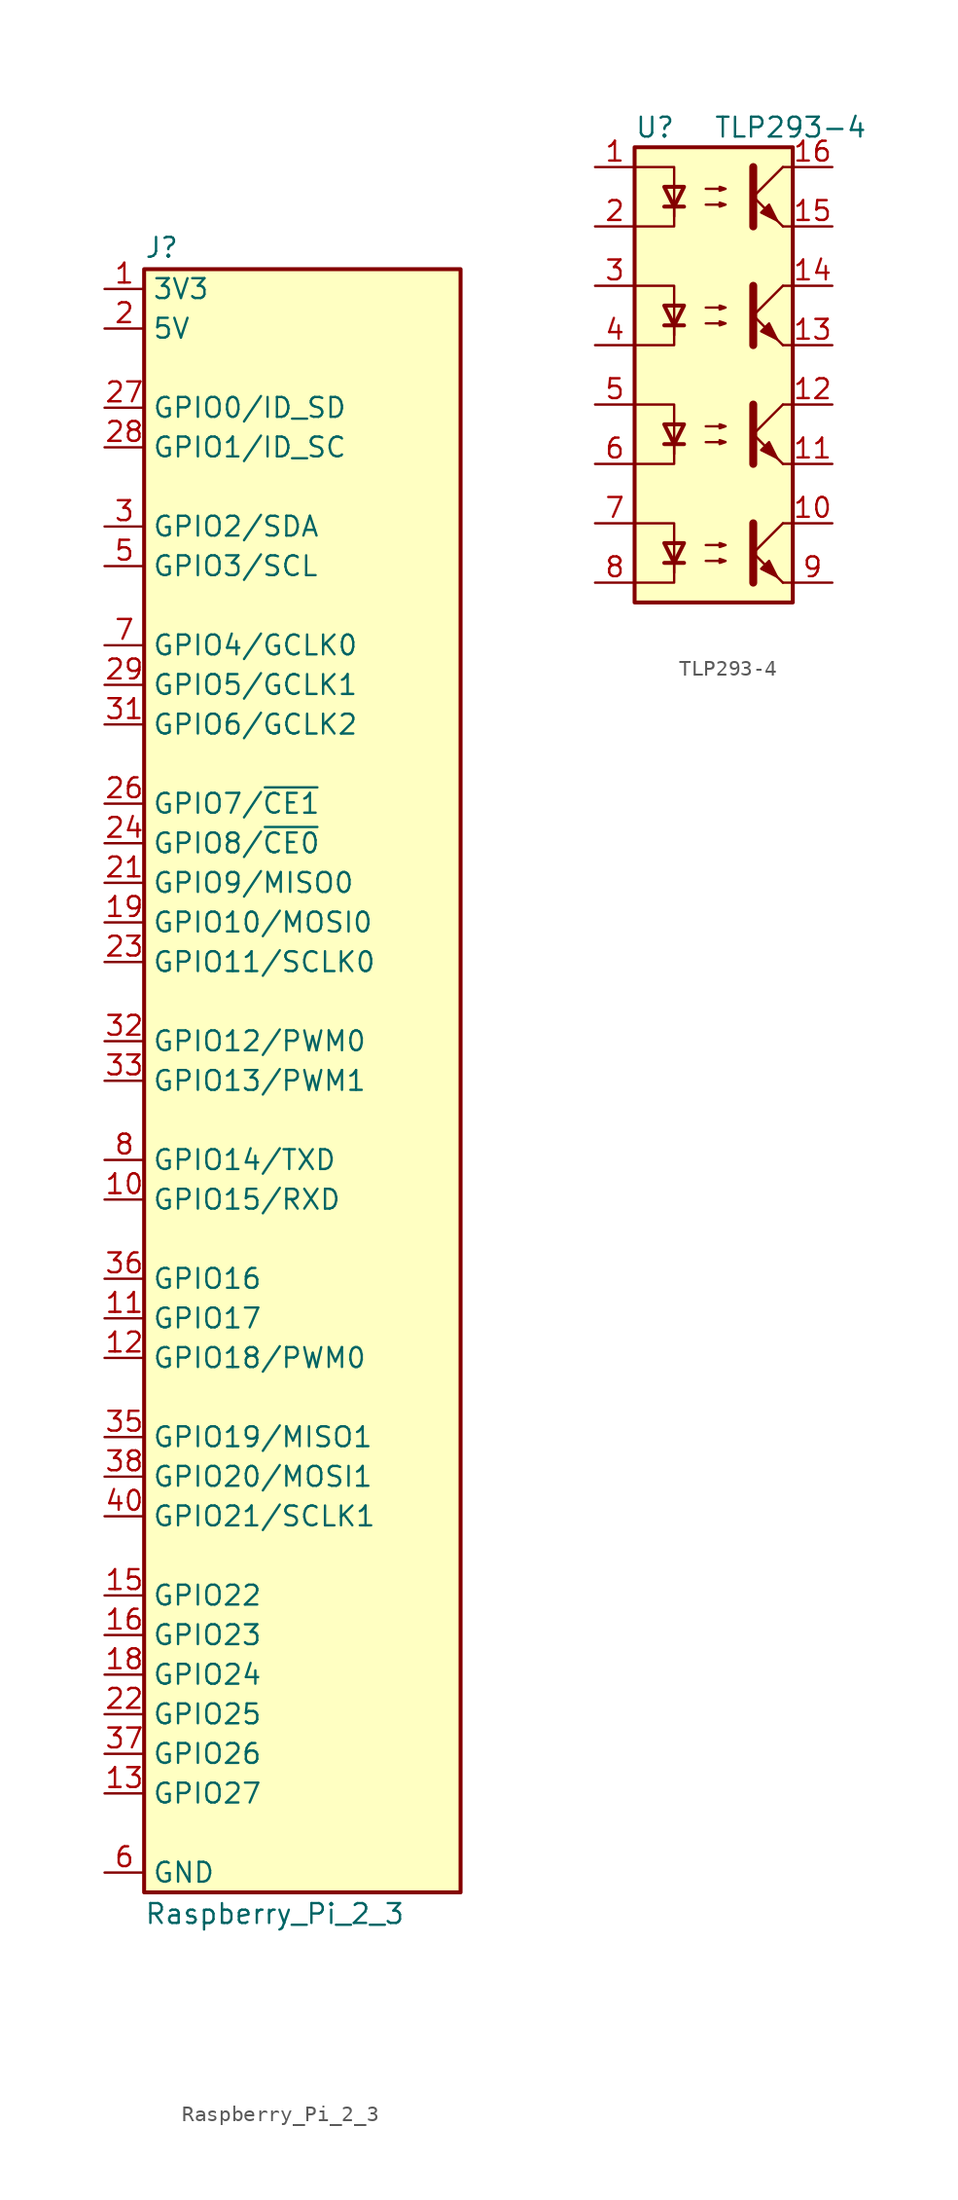
<source format=kicad_sym>
(kicad_symbol_lib
  (version 20241209)
  (generator "kicad_symbol_editor")
  (generator_version "9.0")
  (symbol "Raspberry_Pi_2_3"
    (property "Reference" "J"
      (at 12.7 52.705 0)
      (effects (font (size 1.27 1.27)) (justify left bottom)))
    (property "Value" "Raspberry_Pi_2_3"
      (at 12.7 -52.705 0)
      (effects (font (size 1.27 1.27)) (justify left top)))
    (symbol "Raspberry_Pi_2_3_0_1"
      (rectangle (start 12.7 52.07) (end 33.02 -52.07) (stroke (width 0.254) (type default)) (fill (type background))))
    (symbol "Raspberry_Pi_2_3_1_1"
      (pin power_out line (at 10.16 50.8 0) (length 2.54) (name "3V3" (effects (font (size 1.27 1.27)))) (number "1" (effects (font (size 1.27 1.27)))))
      (pin power_out line (at 10.16 50.8 0) (length 2.54) (hide yes) (name "3V3" (effects (font (size 1.27 1.27)))) (number "17" (effects (font (size 1.27 1.27)))))
      (pin power_out line (at 10.16 48.26 0) (length 2.54) (name "5V" (effects (font (size 1.27 1.27)))) (number "2" (effects (font (size 1.27 1.27)))))
      (pin power_out line (at 10.16 48.26 0) (length 2.54) (hide yes) (name "5V" (effects (font (size 1.27 1.27)))) (number "4" (effects (font (size 1.27 1.27)))))
      (pin bidirectional line (at 10.16 43.18 0) (length 2.54) (name "GPIO0/ID_SD" (effects (font (size 1.27 1.27)))) (number "27" (effects (font (size 1.27 1.27)))))
      (pin bidirectional line (at 10.16 40.64 0) (length 2.54) (name "GPIO1/ID_SC" (effects (font (size 1.27 1.27)))) (number "28" (effects (font (size 1.27 1.27)))))
      (pin bidirectional line (at 10.16 35.56 0) (length 2.54) (name "GPIO2/SDA" (effects (font (size 1.27 1.27)))) (number "3" (effects (font (size 1.27 1.27)))))
      (pin bidirectional line (at 10.16 33.02 0) (length 2.54) (name "GPIO3/SCL" (effects (font (size 1.27 1.27)))) (number "5" (effects (font (size 1.27 1.27)))))
      (pin bidirectional line (at 10.16 27.94 0) (length 2.54) (name "GPIO4/GCLK0" (effects (font (size 1.27 1.27)))) (number "7" (effects (font (size 1.27 1.27)))))
      (pin bidirectional line (at 10.16 25.4 0) (length 2.54) (name "GPIO5/GCLK1" (effects (font (size 1.27 1.27)))) (number "29" (effects (font (size 1.27 1.27)))))
      (pin bidirectional line (at 10.16 22.86 0) (length 2.54) (name "GPIO6/GCLK2" (effects (font (size 1.27 1.27)))) (number "31" (effects (font (size 1.27 1.27)))))
      (pin bidirectional line (at 10.16 17.78 0) (length 2.54) (name "GPIO7/~{CE1}" (effects (font (size 1.27 1.27)))) (number "26" (effects (font (size 1.27 1.27)))))
      (pin bidirectional line (at 10.16 15.24 0) (length 2.54) (name "GPIO8/~{CE0}" (effects (font (size 1.27 1.27)))) (number "24" (effects (font (size 1.27 1.27)))))
      (pin bidirectional line (at 10.16 12.7 0) (length 2.54) (name "GPIO9/MISO0" (effects (font (size 1.27 1.27)))) (number "21" (effects (font (size 1.27 1.27)))))
      (pin bidirectional line (at 10.16 10.16 0) (length 2.54) (name "GPIO10/MOSI0" (effects (font (size 1.27 1.27)))) (number "19" (effects (font (size 1.27 1.27)))))
      (pin bidirectional line (at 10.16 7.62 0) (length 2.54) (name "GPIO11/SCLK0" (effects (font (size 1.27 1.27)))) (number "23" (effects (font (size 1.27 1.27)))))
      (pin bidirectional line (at 10.16 2.54 0) (length 2.54) (name "GPIO12/PWM0" (effects (font (size 1.27 1.27)))) (number "32" (effects (font (size 1.27 1.27)))))
      (pin bidirectional line (at 10.16 0 0) (length 2.54) (name "GPIO13/PWM1" (effects (font (size 1.27 1.27)))) (number "33" (effects (font (size 1.27 1.27)))))
      (pin bidirectional line (at 10.16 -5.08 0) (length 2.54) (name "GPIO14/TXD" (effects (font (size 1.27 1.27)))) (number "8" (effects (font (size 1.27 1.27)))))
      (pin bidirectional line (at 10.16 -7.62 0) (length 2.54) (name "GPIO15/RXD" (effects (font (size 1.27 1.27)))) (number "10" (effects (font (size 1.27 1.27)))))
      (pin bidirectional line (at 10.16 -12.7 0) (length 2.54) (name "GPIO16" (effects (font (size 1.27 1.27)))) (number "36" (effects (font (size 1.27 1.27)))))
      (pin bidirectional line (at 10.16 -15.24 0) (length 2.54) (name "GPIO17" (effects (font (size 1.27 1.27)))) (number "11" (effects (font (size 1.27 1.27)))))
      (pin bidirectional line (at 10.16 -17.78 0) (length 2.54) (name "GPIO18/PWM0" (effects (font (size 1.27 1.27)))) (number "12" (effects (font (size 1.27 1.27)))))
      (pin bidirectional line (at 10.16 -22.86 0) (length 2.54) (name "GPIO19/MISO1" (effects (font (size 1.27 1.27)))) (number "35" (effects (font (size 1.27 1.27)))))
      (pin bidirectional line (at 10.16 -25.4 0) (length 2.54) (name "GPIO20/MOSI1" (effects (font (size 1.27 1.27)))) (number "38" (effects (font (size 1.27 1.27)))))
      (pin bidirectional line (at 10.16 -27.94 0) (length 2.54) (name "GPIO21/SCLK1" (effects (font (size 1.27 1.27)))) (number "40" (effects (font (size 1.27 1.27)))))
      (pin bidirectional line (at 10.16 -33.02 0) (length 2.54) (name "GPIO22" (effects (font (size 1.27 1.27)))) (number "15" (effects (font (size 1.27 1.27)))))
      (pin bidirectional line (at 10.16 -35.56 0) (length 2.54) (name "GPIO23" (effects (font (size 1.27 1.27)))) (number "16" (effects (font (size 1.27 1.27)))))
      (pin bidirectional line (at 10.16 -38.1 0) (length 2.54) (name "GPIO24" (effects (font (size 1.27 1.27)))) (number "18" (effects (font (size 1.27 1.27)))))
      (pin bidirectional line (at 10.16 -40.64 0) (length 2.54) (name "GPIO25" (effects (font (size 1.27 1.27)))) (number "22" (effects (font (size 1.27 1.27)))))
      (pin bidirectional line (at 10.16 -43.18 0) (length 2.54) (name "GPIO26" (effects (font (size 1.27 1.27)))) (number "37" (effects (font (size 1.27 1.27)))))
      (pin bidirectional line (at 10.16 -45.72 0) (length 2.54) (name "GPIO27" (effects (font (size 1.27 1.27)))) (number "13" (effects (font (size 1.27 1.27)))))
      (pin power_out line (at 10.16 -50.8 0) (length 2.54) (hide yes) (name "GND" (effects (font (size 1.27 1.27)))) (number "14" (effects (font (size 1.27 1.27)))))
      (pin power_out line (at 10.16 -50.8 0) (length 2.54) (hide yes) (name "GND" (effects (font (size 1.27 1.27)))) (number "20" (effects (font (size 1.27 1.27)))))
      (pin power_out line (at 10.16 -50.8 0) (length 2.54) (hide yes) (name "GND" (effects (font (size 1.27 1.27)))) (number "25" (effects (font (size 1.27 1.27)))))
      (pin power_out line (at 10.16 -50.8 0) (length 2.54) (hide yes) (name "GND" (effects (font (size 1.27 1.27)))) (number "30" (effects (font (size 1.27 1.27)))))
      (pin power_out line (at 10.16 -50.8 0) (length 2.54) (hide yes) (name "GND" (effects (font (size 1.27 1.27)))) (number "34" (effects (font (size 1.27 1.27)))))
      (pin power_out line (at 10.16 -50.8 0) (length 2.54) (hide yes) (name "GND" (effects (font (size 1.27 1.27)))) (number "39" (effects (font (size 1.27 1.27)))))
      (pin power_out line (at 10.16 -50.8 0) (length 2.54) (name "GND" (effects (font (size 1.27 1.27)))) (number "6" (effects (font (size 1.27 1.27)))))
      (pin power_out line (at 10.16 -50.8 0) (length 2.54) (hide yes) (name "GND" (effects (font (size 1.27 1.27)))) (number "9" (effects (font (size 1.27 1.27)))))))
  (symbol "TLP293-4"
    (property "Reference" "U"
      (at -5.08 5.08 0)
      (effects (font (size 1.27 1.27)) (justify left)))
    (property "Value" "TLP293-4"
      (at 0 5.08 0)
      (effects (font (size 1.27 1.27)) (justify left)))
    (symbol "TLP293-4_0_1"
      (rectangle (start -5.08 3.81) (end 5.08 -25.4) (stroke (width 0.254) (type default)) (fill (type background)))
      (polyline (pts (xy -5.08 2.54) (xy -2.54 2.54) (xy -2.54 -0.635) (xy -2.54 1.27)) (stroke (width 0) (type default)) (fill (type none)))
      (polyline (pts (xy -5.08 -5.08) (xy -2.54 -5.08) (xy -2.54 -8.255) (xy -2.54 -6.35)) (stroke (width 0) (type default)) (fill (type none)))
      (polyline (pts (xy -5.08 -12.7) (xy -2.54 -12.7) (xy -2.54 -15.875) (xy -2.54 -13.97)) (stroke (width 0) (type default)) (fill (type none)))
      (polyline (pts (xy -5.08 -20.32) (xy -2.54 -20.32) (xy -2.54 -23.495) (xy -2.54 -21.59)) (stroke (width 0) (type default)) (fill (type none)))
      (polyline (pts (xy -3.175 0) (xy -1.905 0)) (stroke (width 0.254) (type default)) (fill (type none)))
      (polyline (pts (xy -3.175 -7.62) (xy -1.905 -7.62)) (stroke (width 0.254) (type default)) (fill (type none)))
      (polyline (pts (xy -3.175 -15.24) (xy -1.905 -15.24)) (stroke (width 0.254) (type default)) (fill (type none)))
      (polyline (pts (xy -3.175 -22.86) (xy -1.905 -22.86)) (stroke (width 0.254) (type default)) (fill (type none)))
      (polyline (pts (xy -2.54 0) (xy -2.54 -1.27) (xy -5.08 -1.27)) (stroke (width 0) (type default)) (fill (type none)))
      (polyline (pts (xy -2.54 0) (xy -3.175 1.27) (xy -1.905 1.27) (xy -2.54 0)) (stroke (width 0.254) (type default)) (fill (type none)))
      (polyline (pts (xy -2.54 -7.62) (xy -2.54 -8.89) (xy -5.08 -8.89)) (stroke (width 0) (type default)) (fill (type none)))
      (polyline (pts (xy -2.54 -7.62) (xy -3.175 -6.35) (xy -1.905 -6.35) (xy -2.54 -7.62)) (stroke (width 0.254) (type default)) (fill (type none)))
      (polyline (pts (xy -2.54 -15.24) (xy -2.54 -16.51) (xy -5.08 -16.51)) (stroke (width 0) (type default)) (fill (type none)))
      (polyline (pts (xy -2.54 -15.24) (xy -3.175 -13.97) (xy -1.905 -13.97) (xy -2.54 -15.24)) (stroke (width 0.254) (type default)) (fill (type none)))
      (polyline (pts (xy -2.54 -22.86) (xy -2.54 -24.13) (xy -5.08 -24.13)) (stroke (width 0) (type default)) (fill (type none)))
      (polyline (pts (xy -2.54 -22.86) (xy -3.175 -21.59) (xy -1.905 -21.59) (xy -2.54 -22.86)) (stroke (width 0.254) (type default)) (fill (type none)))
      (polyline (pts (xy -0.508 1.143) (xy 0.762 1.143) (xy 0.381 1.016) (xy 0.381 1.27) (xy 0.762 1.143)) (stroke (width 0) (type default)) (fill (type none)))
      (polyline (pts (xy -0.508 0.127) (xy 0.762 0.127) (xy 0.381 0) (xy 0.381 0.254) (xy 0.762 0.127)) (stroke (width 0) (type default)) (fill (type none)))
      (polyline (pts (xy -0.508 -6.477) (xy 0.762 -6.477) (xy 0.381 -6.604) (xy 0.381 -6.35) (xy 0.762 -6.477)) (stroke (width 0) (type default)) (fill (type none)))
      (polyline (pts (xy -0.508 -7.493) (xy 0.762 -7.493) (xy 0.381 -7.62) (xy 0.381 -7.366) (xy 0.762 -7.493)) (stroke (width 0) (type default)) (fill (type none)))
      (polyline (pts (xy -0.508 -14.097) (xy 0.762 -14.097) (xy 0.381 -14.224) (xy 0.381 -13.97) (xy 0.762 -14.097)) (stroke (width 0) (type default)) (fill (type none)))
      (polyline (pts (xy -0.508 -15.113) (xy 0.762 -15.113) (xy 0.381 -15.24) (xy 0.381 -14.986) (xy 0.762 -15.113)) (stroke (width 0) (type default)) (fill (type none)))
      (polyline (pts (xy -0.508 -21.717) (xy 0.762 -21.717) (xy 0.381 -21.844) (xy 0.381 -21.59) (xy 0.762 -21.717)) (stroke (width 0) (type default)) (fill (type none)))
      (polyline (pts (xy -0.508 -22.733) (xy 0.762 -22.733) (xy 0.381 -22.86) (xy 0.381 -22.606) (xy 0.762 -22.733)) (stroke (width 0) (type default)) (fill (type none)))
      (polyline (pts (xy 2.54 2.54) (xy 2.54 -1.27) (xy 2.54 -1.27)) (stroke (width 0.508) (type default)) (fill (type none)))
      (polyline (pts (xy 2.54 0.635) (xy 4.445 2.54)) (stroke (width 0) (type default)) (fill (type none)))
      (polyline (pts (xy 2.54 -5.08) (xy 2.54 -8.89) (xy 2.54 -8.89)) (stroke (width 0.508) (type default)) (fill (type none)))
      (polyline (pts (xy 2.54 -6.985) (xy 4.445 -5.08)) (stroke (width 0) (type default)) (fill (type none)))
      (polyline (pts (xy 2.54 -12.7) (xy 2.54 -16.51) (xy 2.54 -16.51)) (stroke (width 0.508) (type default)) (fill (type none)))
      (polyline (pts (xy 2.54 -14.605) (xy 4.445 -12.7)) (stroke (width 0) (type default)) (fill (type none)))
      (polyline (pts (xy 2.54 -20.32) (xy 2.54 -24.13) (xy 2.54 -24.13)) (stroke (width 0.508) (type default)) (fill (type none)))
      (polyline (pts (xy 2.54 -22.225) (xy 4.445 -20.32)) (stroke (width 0) (type default)) (fill (type none)))
      (polyline (pts (xy 3.048 -0.381) (xy 3.556 0.127) (xy 4.064 -0.889) (xy 3.048 -0.381) (xy 3.048 -0.381)) (stroke (width 0) (type default)) (fill (type outline)))
      (polyline (pts (xy 3.048 -8.001) (xy 3.556 -7.493) (xy 4.064 -8.509) (xy 3.048 -8.001) (xy 3.048 -8.001)) (stroke (width 0) (type default)) (fill (type outline)))
      (polyline (pts (xy 3.048 -15.621) (xy 3.556 -15.113) (xy 4.064 -16.129) (xy 3.048 -15.621) (xy 3.048 -15.621)) (stroke (width 0) (type default)) (fill (type outline)))
      (polyline (pts (xy 3.048 -23.241) (xy 3.556 -22.733) (xy 4.064 -23.749) (xy 3.048 -23.241) (xy 3.048 -23.241)) (stroke (width 0) (type default)) (fill (type outline)))
      (polyline (pts (xy 4.445 2.54) (xy 5.08 2.54)) (stroke (width 0) (type default)) (fill (type none)))
      (polyline (pts (xy 4.445 -1.27) (xy 2.54 0.635)) (stroke (width 0) (type default)) (fill (type outline)))
      (polyline (pts (xy 4.445 -1.27) (xy 5.08 -1.27)) (stroke (width 0) (type default)) (fill (type none)))
      (polyline (pts (xy 4.445 -5.08) (xy 5.08 -5.08)) (stroke (width 0) (type default)) (fill (type none)))
      (polyline (pts (xy 4.445 -8.89) (xy 2.54 -6.985)) (stroke (width 0) (type default)) (fill (type outline)))
      (polyline (pts (xy 4.445 -8.89) (xy 5.08 -8.89)) (stroke (width 0) (type default)) (fill (type none)))
      (polyline (pts (xy 4.445 -12.7) (xy 5.08 -12.7)) (stroke (width 0) (type default)) (fill (type none)))
      (polyline (pts (xy 4.445 -16.51) (xy 2.54 -14.605)) (stroke (width 0) (type default)) (fill (type outline)))
      (polyline (pts (xy 4.445 -16.51) (xy 5.08 -16.51)) (stroke (width 0) (type default)) (fill (type none)))
      (polyline (pts (xy 4.445 -20.32) (xy 5.08 -20.32)) (stroke (width 0) (type default)) (fill (type none)))
      (polyline (pts (xy 4.445 -24.13) (xy 2.54 -22.225)) (stroke (width 0) (type default)) (fill (type outline)))
      (polyline (pts (xy 4.445 -24.13) (xy 5.08 -24.13)) (stroke (width 0) (type default)) (fill (type none))))
    (symbol "TLP293-4_1_1"
      (pin passive line (at -7.62 2.54 0) (length 2.54) (name "~" (effects (font (size 1.27 1.27)))) (number "1" (effects (font (size 1.27 1.27)))))
      (pin passive line (at -7.62 -1.27 0) (length 2.54) (name "~" (effects (font (size 1.27 1.27)))) (number "2" (effects (font (size 1.27 1.27)))))
      (pin passive line (at -7.62 -5.08 0) (length 2.54) (name "~" (effects (font (size 1.27 1.27)))) (number "3" (effects (font (size 1.27 1.27)))))
      (pin passive line (at -7.62 -8.89 0) (length 2.54) (name "~" (effects (font (size 1.27 1.27)))) (number "4" (effects (font (size 1.27 1.27)))))
      (pin passive line (at -7.62 -12.7 0) (length 2.54) (name "~" (effects (font (size 1.27 1.27)))) (number "5" (effects (font (size 1.27 1.27)))))
      (pin passive line (at -7.62 -16.51 0) (length 2.54) (name "~" (effects (font (size 1.27 1.27)))) (number "6" (effects (font (size 1.27 1.27)))))
      (pin passive line (at -7.62 -20.32 0) (length 2.54) (name "~" (effects (font (size 1.27 1.27)))) (number "7" (effects (font (size 1.27 1.27)))))
      (pin passive line (at -7.62 -24.13 0) (length 2.54) (name "~" (effects (font (size 1.27 1.27)))) (number "8" (effects (font (size 1.27 1.27)))))
      (pin passive line (at 7.62 2.54 180) (length 2.54) (name "~" (effects (font (size 1.27 1.27)))) (number "16" (effects (font (size 1.27 1.27)))))
      (pin passive line (at 7.62 -1.27 180) (length 2.54) (name "~" (effects (font (size 1.27 1.27)))) (number "15" (effects (font (size 1.27 1.27)))))
      (pin passive line (at 7.62 -5.08 180) (length 2.54) (name "~" (effects (font (size 1.27 1.27)))) (number "14" (effects (font (size 1.27 1.27)))))
      (pin passive line (at 7.62 -8.89 180) (length 2.54) (name "~" (effects (font (size 1.27 1.27)))) (number "13" (effects (font (size 1.27 1.27)))))
      (pin passive line (at 7.62 -12.7 180) (length 2.54) (name "~" (effects (font (size 1.27 1.27)))) (number "12" (effects (font (size 1.27 1.27)))))
      (pin passive line (at 7.62 -16.51 180) (length 2.54) (name "~" (effects (font (size 1.27 1.27)))) (number "11" (effects (font (size 1.27 1.27)))))
      (pin passive line (at 7.62 -20.32 180) (length 2.54) (name "~" (effects (font (size 1.27 1.27)))) (number "10" (effects (font (size 1.27 1.27)))))
      (pin passive line (at 7.62 -24.13 180) (length 2.54) (name "~" (effects (font (size 1.27 1.27)))) (number "9" (effects (font (size 1.27 1.27))))))))
</source>
